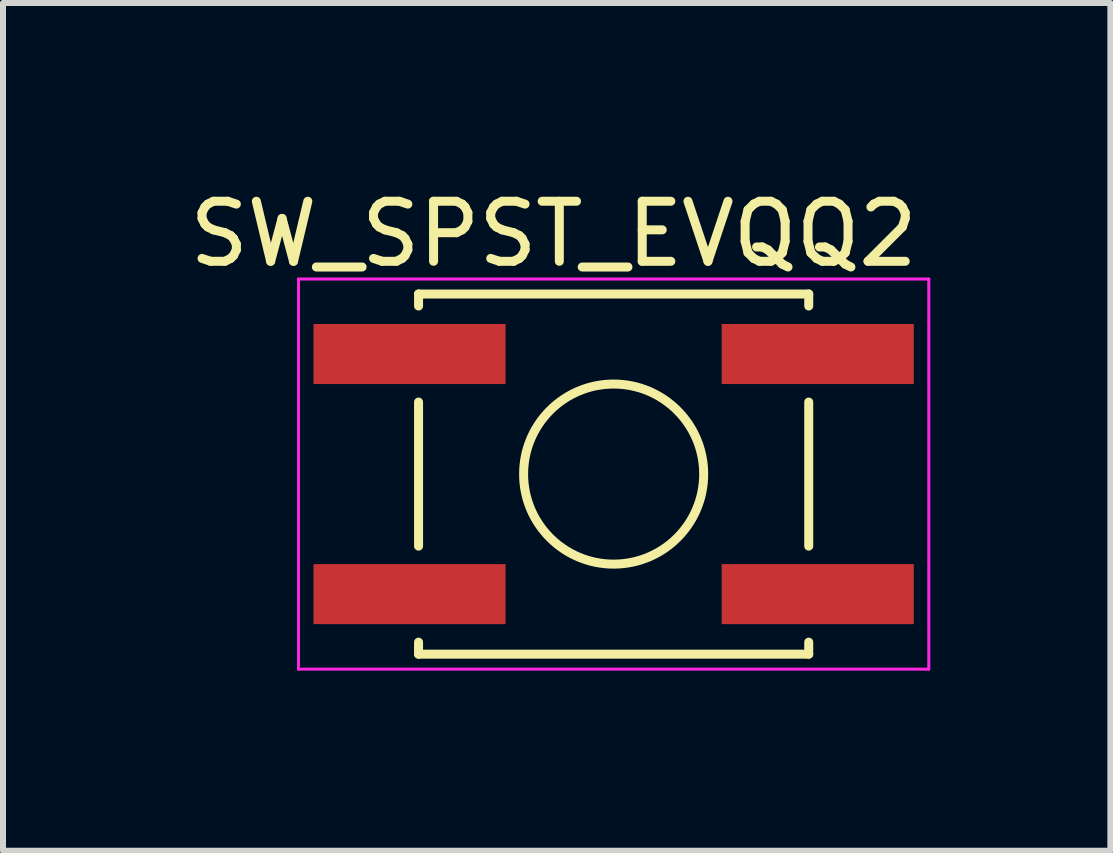
<source format=kicad_pcb>
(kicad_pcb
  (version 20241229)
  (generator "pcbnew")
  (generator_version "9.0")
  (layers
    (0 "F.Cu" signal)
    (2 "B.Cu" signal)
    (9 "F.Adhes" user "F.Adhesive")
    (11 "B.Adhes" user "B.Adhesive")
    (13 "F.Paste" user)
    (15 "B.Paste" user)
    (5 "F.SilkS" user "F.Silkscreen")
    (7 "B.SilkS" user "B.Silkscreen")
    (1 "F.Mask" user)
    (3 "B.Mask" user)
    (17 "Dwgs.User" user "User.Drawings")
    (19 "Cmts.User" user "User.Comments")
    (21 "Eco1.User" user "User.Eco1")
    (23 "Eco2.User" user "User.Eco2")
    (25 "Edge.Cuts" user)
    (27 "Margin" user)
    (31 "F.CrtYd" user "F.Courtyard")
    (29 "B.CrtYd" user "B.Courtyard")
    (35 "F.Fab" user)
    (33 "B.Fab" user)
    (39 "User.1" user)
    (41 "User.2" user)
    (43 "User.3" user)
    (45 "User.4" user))
  (footprint "SW_SPST_EVQQ2"
    (layer "F.Cu")
    (at 7.173 4.848)
    (property "Reference" "SW_SPST_EVQQ2" (at -1 -4 0) (layer "F.SilkS") (effects (font (size 1 1) (thickness 0.15))))
    (attr smd)
    (fp_line (start -3.25 -3) (end -3.25 -2.8) (stroke (width 0.15) (type solid)) (layer "F.SilkS"))
    (fp_line (start -3.25 -1.2) (end -3.25 1.2) (stroke (width 0.15) (type solid)) (layer "F.SilkS"))
    (fp_line (start -3.25 3) (end -3.25 2.8) (stroke (width 0.15) (type solid)) (layer "F.SilkS"))
    (fp_line (start -3.25 3) (end 3.25 3) (stroke (width 0.15) (type solid)) (layer "F.SilkS"))
    (fp_line (start 3.25 -3) (end -3.25 -3) (stroke (width 0.15) (type solid)) (layer "F.SilkS"))
    (fp_line (start 3.25 -3) (end 3.25 -2.8) (stroke (width 0.15) (type solid)) (layer "F.SilkS"))
    (fp_line (start 3.25 -1.2) (end 3.25 1.2) (stroke (width 0.15) (type solid)) (layer "F.SilkS"))
    (fp_line (start 3.25 3) (end 3.25 2.8) (stroke (width 0.15) (type solid)) (layer "F.SilkS"))
    (fp_circle (center 0 0) (end 1.5 0) (stroke (width 0.15) (type solid)) (fill no) (layer "F.SilkS"))
    (fp_line (start -5.25 -3.25) (end 5.25 -3.25) (stroke (width 0.05) (type solid)) (layer "F.CrtYd"))
    (fp_line (start -5.25 3.25) (end -5.25 -3.25) (stroke (width 0.05) (type solid)) (layer "F.CrtYd"))
    (fp_line (start 5.25 -3.25) (end 5.25 3.25) (stroke (width 0.05) (type solid)) (layer "F.CrtYd"))
    (fp_line (start 5.25 3.25) (end -5.25 3.25) (stroke (width 0.05) (type solid)) (layer "F.CrtYd"))
    (pad "1" smd rect (at -3.4 -2) (size 3.2 1) (layers "F.Cu" "F.Mask" "F.Paste"))
    (pad "1" smd rect (at 3.4 -2) (size 3.2 1) (layers "F.Cu" "F.Mask" "F.Paste"))
    (pad "2" smd rect (at -3.4 2) (size 3.2 1) (layers "F.Cu" "F.Mask" "F.Paste"))
    (pad "2" smd rect (at 3.4 2) (size 3.2 1) (layers "F.Cu" "F.Mask" "F.Paste")))
  (gr_rect
    (start -3 -3)
    (end 15.448 11.123)
    (stroke (width 0.1) (type default))
    (fill no)
    (layer "Edge.Cuts")))
</source>
